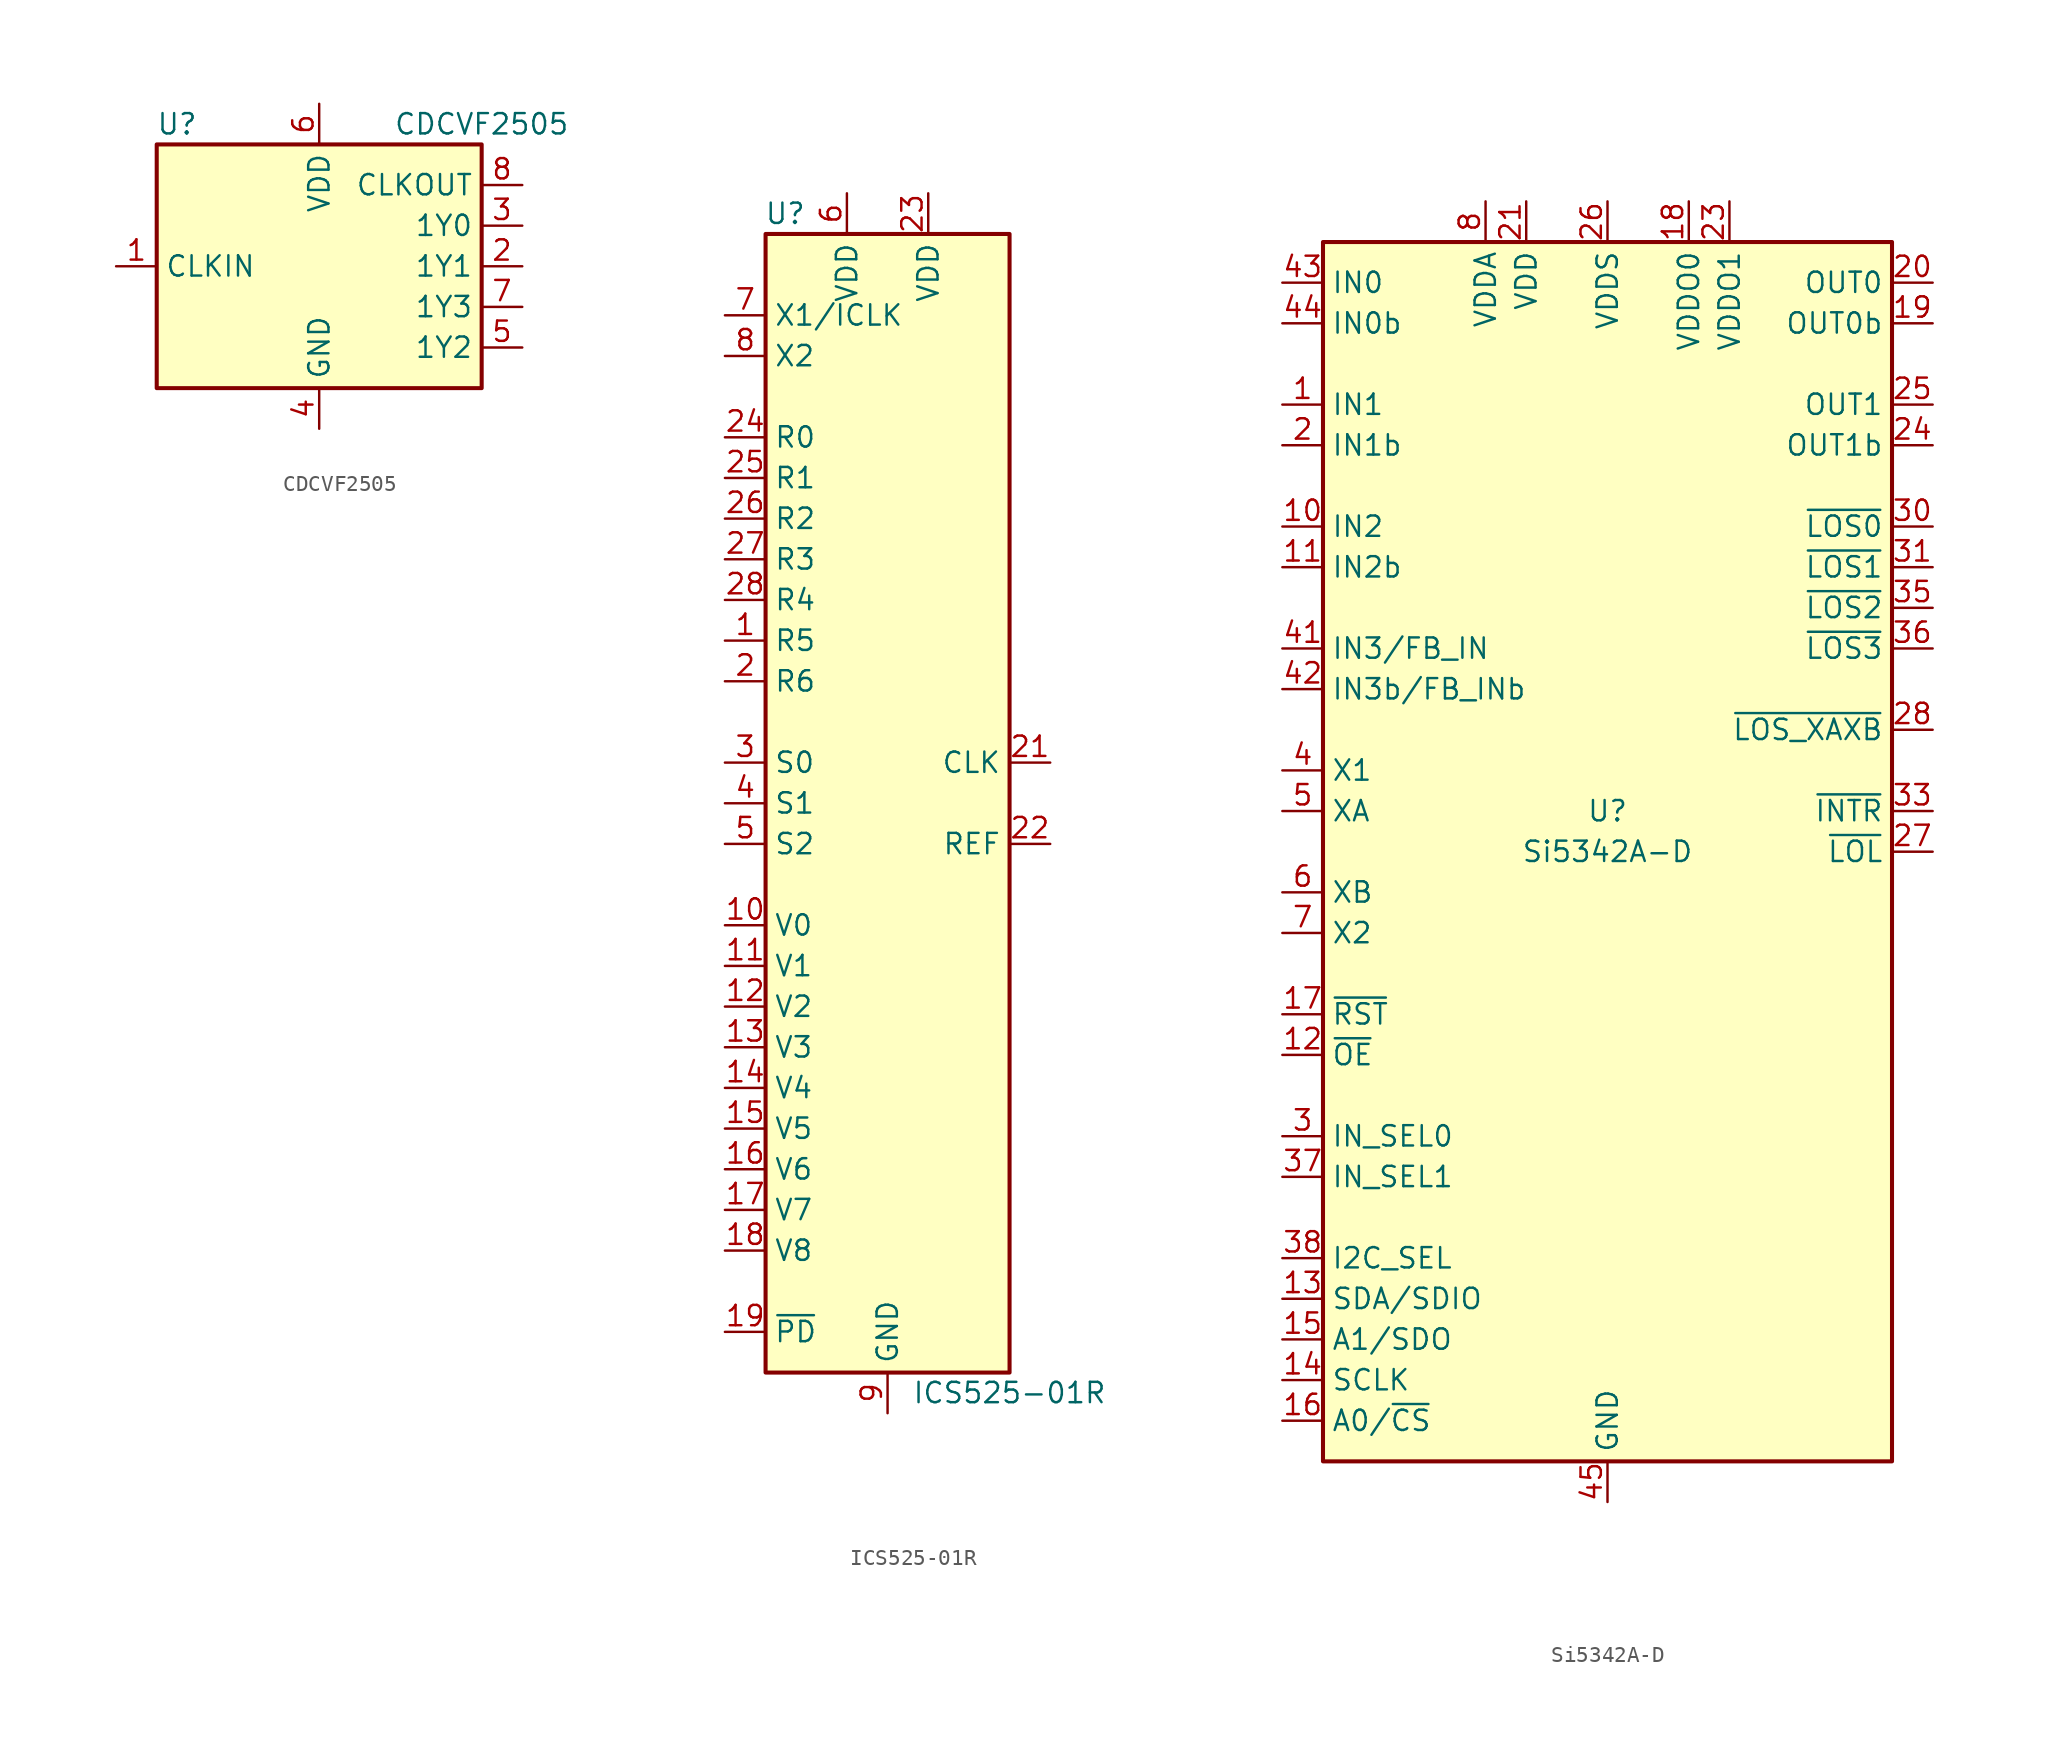
<source format=kicad_sym>
(kicad_symbol_lib
  (version 20241209)
  (generator "kicad_symbol_editor")
  (generator_version "9.0")
  (symbol "CDCVF2505"
    (property "Reference" "U"
      (at -8.89 8.89 0)
      (effects (font (size 1.27 1.27))))
    (property "Value" "CDCVF2505"
      (at 10.16 8.89 0)
      (effects (font (size 1.27 1.27))))
    (symbol "CDCVF2505_0_1"
      (rectangle (start -10.16 7.62) (end 10.16 -7.62) (stroke (width 0.254) (type default)) (fill (type background))))
    (symbol "CDCVF2505_1_1"
      (pin input line (at -12.7 0 0) (length 2.54) (name "CLKIN" (effects (font (size 1.27 1.27)))) (number "1" (effects (font (size 1.27 1.27)))))
      (pin power_in line (at 0 10.16 270) (length 2.54) (name "VDD" (effects (font (size 1.27 1.27)))) (number "6" (effects (font (size 1.27 1.27)))))
      (pin power_in line (at 0 -10.16 90) (length 2.54) (name "GND" (effects (font (size 1.27 1.27)))) (number "4" (effects (font (size 1.27 1.27)))))
      (pin tri_state line (at 12.7 5.08 180) (length 2.54) (name "CLKOUT" (effects (font (size 1.27 1.27)))) (number "8" (effects (font (size 1.27 1.27)))))
      (pin tri_state line (at 12.7 2.54 180) (length 2.54) (name "1Y0" (effects (font (size 1.27 1.27)))) (number "3" (effects (font (size 1.27 1.27)))))
      (pin tri_state line (at 12.7 0 180) (length 2.54) (name "1Y1" (effects (font (size 1.27 1.27)))) (number "2" (effects (font (size 1.27 1.27)))))
      (pin tri_state line (at 12.7 -2.54 180) (length 2.54) (name "1Y3" (effects (font (size 1.27 1.27)))) (number "7" (effects (font (size 1.27 1.27)))))
      (pin tri_state line (at 12.7 -5.08 180) (length 2.54) (name "1Y2" (effects (font (size 1.27 1.27)))) (number "5" (effects (font (size 1.27 1.27)))))))
  (symbol "ICS525-01R"
    (property "Reference" "U"
      (at -5.08 36.83 0)
      (effects (font (size 1.27 1.27)) (justify right)))
    (property "Value" "ICS525-01R"
      (at 7.62 -36.83 0)
      (effects (font (size 1.27 1.27))))
    (symbol "ICS525-01R_0_1"
      (rectangle (start -7.62 35.56) (end 7.62 -35.56) (stroke (width 0.254) (type default)) (fill (type background))))
    (symbol "ICS525-01R_1_1"
      (pin input line (at -10.16 30.48 0) (length 2.54) (name "X1/ICLK" (effects (font (size 1.27 1.27)))) (number "7" (effects (font (size 1.27 1.27)))))
      (pin output line (at -10.16 27.94 0) (length 2.54) (name "X2" (effects (font (size 1.27 1.27)))) (number "8" (effects (font (size 1.27 1.27)))))
      (pin input line (at -10.16 22.86 0) (length 2.54) (name "R0" (effects (font (size 1.27 1.27)))) (number "24" (effects (font (size 1.27 1.27)))))
      (pin input line (at -10.16 20.32 0) (length 2.54) (name "R1" (effects (font (size 1.27 1.27)))) (number "25" (effects (font (size 1.27 1.27)))))
      (pin input line (at -10.16 17.78 0) (length 2.54) (name "R2" (effects (font (size 1.27 1.27)))) (number "26" (effects (font (size 1.27 1.27)))))
      (pin input line (at -10.16 15.24 0) (length 2.54) (name "R3" (effects (font (size 1.27 1.27)))) (number "27" (effects (font (size 1.27 1.27)))))
      (pin input line (at -10.16 12.7 0) (length 2.54) (name "R4" (effects (font (size 1.27 1.27)))) (number "28" (effects (font (size 1.27 1.27)))))
      (pin input line (at -10.16 10.16 0) (length 2.54) (name "R5" (effects (font (size 1.27 1.27)))) (number "1" (effects (font (size 1.27 1.27)))))
      (pin input line (at -10.16 7.62 0) (length 2.54) (name "R6" (effects (font (size 1.27 1.27)))) (number "2" (effects (font (size 1.27 1.27)))))
      (pin input line (at -10.16 2.54 0) (length 2.54) (name "S0" (effects (font (size 1.27 1.27)))) (number "3" (effects (font (size 1.27 1.27)))))
      (pin input line (at -10.16 0 0) (length 2.54) (name "S1" (effects (font (size 1.27 1.27)))) (number "4" (effects (font (size 1.27 1.27)))))
      (pin input line (at -10.16 -2.54 0) (length 2.54) (name "S2" (effects (font (size 1.27 1.27)))) (number "5" (effects (font (size 1.27 1.27)))))
      (pin input line (at -10.16 -7.62 0) (length 2.54) (name "V0" (effects (font (size 1.27 1.27)))) (number "10" (effects (font (size 1.27 1.27)))))
      (pin input line (at -10.16 -10.16 0) (length 2.54) (name "V1" (effects (font (size 1.27 1.27)))) (number "11" (effects (font (size 1.27 1.27)))))
      (pin input line (at -10.16 -12.7 0) (length 2.54) (name "V2" (effects (font (size 1.27 1.27)))) (number "12" (effects (font (size 1.27 1.27)))))
      (pin input line (at -10.16 -15.24 0) (length 2.54) (name "V3" (effects (font (size 1.27 1.27)))) (number "13" (effects (font (size 1.27 1.27)))))
      (pin input line (at -10.16 -17.78 0) (length 2.54) (name "V4" (effects (font (size 1.27 1.27)))) (number "14" (effects (font (size 1.27 1.27)))))
      (pin input line (at -10.16 -20.32 0) (length 2.54) (name "V5" (effects (font (size 1.27 1.27)))) (number "15" (effects (font (size 1.27 1.27)))))
      (pin input line (at -10.16 -22.86 0) (length 2.54) (name "V6" (effects (font (size 1.27 1.27)))) (number "16" (effects (font (size 1.27 1.27)))))
      (pin input line (at -10.16 -25.4 0) (length 2.54) (name "V7" (effects (font (size 1.27 1.27)))) (number "17" (effects (font (size 1.27 1.27)))))
      (pin input line (at -10.16 -27.94 0) (length 2.54) (name "V8" (effects (font (size 1.27 1.27)))) (number "18" (effects (font (size 1.27 1.27)))))
      (pin input line (at -10.16 -33.02 0) (length 2.54) (name "~{PD}" (effects (font (size 1.27 1.27)))) (number "19" (effects (font (size 1.27 1.27)))))
      (pin power_in line (at -2.54 38.1 270) (length 2.54) (name "VDD" (effects (font (size 1.27 1.27)))) (number "6" (effects (font (size 1.27 1.27)))))
      (pin passive line (at 0 -38.1 90) (length 2.54) (hide yes) (name "GND" (effects (font (size 1.27 1.27)))) (number "20" (effects (font (size 1.27 1.27)))))
      (pin power_in line (at 0 -38.1 90) (length 2.54) (name "GND" (effects (font (size 1.27 1.27)))) (number "9" (effects (font (size 1.27 1.27)))))
      (pin power_in line (at 2.54 38.1 270) (length 2.54) (name "VDD" (effects (font (size 1.27 1.27)))) (number "23" (effects (font (size 1.27 1.27)))))
      (pin tri_state line (at 10.16 2.54 180) (length 2.54) (name "CLK" (effects (font (size 1.27 1.27)))) (number "21" (effects (font (size 1.27 1.27)))))
      (pin tri_state line (at 10.16 -2.54 180) (length 2.54) (name "REF" (effects (font (size 1.27 1.27)))) (number "22" (effects (font (size 1.27 1.27)))))))
  (symbol "Si5342A-D"
    (property "Reference" "U"
      (at 0 2.54 0)
      (effects (font (size 1.27 1.27))))
    (property "Value" "Si5342A-D"
      (at 0 0 0)
      (effects (font (size 1.27 1.27))))
    (symbol "Si5342A-D_0_1"
      (rectangle (start -17.78 38.1) (end 17.78 -38.1) (stroke (width 0.254) (type default)) (fill (type background))))
    (symbol "Si5342A-D_1_1"
      (pin input line (at -20.32 35.56 0) (length 2.54) (name "IN0" (effects (font (size 1.27 1.27)))) (number "43" (effects (font (size 1.27 1.27)))))
      (pin input line (at -20.32 33.02 0) (length 2.54) (name "IN0b" (effects (font (size 1.27 1.27)))) (number "44" (effects (font (size 1.27 1.27)))))
      (pin input line (at -20.32 27.94 0) (length 2.54) (name "IN1" (effects (font (size 1.27 1.27)))) (number "1" (effects (font (size 1.27 1.27)))))
      (pin input line (at -20.32 25.4 0) (length 2.54) (name "IN1b" (effects (font (size 1.27 1.27)))) (number "2" (effects (font (size 1.27 1.27)))))
      (pin input line (at -20.32 20.32 0) (length 2.54) (name "IN2" (effects (font (size 1.27 1.27)))) (number "10" (effects (font (size 1.27 1.27)))))
      (pin input line (at -20.32 17.78 0) (length 2.54) (name "IN2b" (effects (font (size 1.27 1.27)))) (number "11" (effects (font (size 1.27 1.27)))))
      (pin input line (at -20.32 12.7 0) (length 2.54) (name "IN3/FB_IN" (effects (font (size 1.27 1.27)))) (number "41" (effects (font (size 1.27 1.27)))))
      (pin input line (at -20.32 10.16 0) (length 2.54) (name "IN3b/FB_INb" (effects (font (size 1.27 1.27)))) (number "42" (effects (font (size 1.27 1.27)))))
      (pin input line (at -20.32 5.08 0) (length 2.54) (name "X1" (effects (font (size 1.27 1.27)))) (number "4" (effects (font (size 1.27 1.27)))))
      (pin input line (at -20.32 2.54 0) (length 2.54) (name "XA" (effects (font (size 1.27 1.27)))) (number "5" (effects (font (size 1.27 1.27)))))
      (pin input line (at -20.32 -2.54 0) (length 2.54) (name "XB" (effects (font (size 1.27 1.27)))) (number "6" (effects (font (size 1.27 1.27)))))
      (pin input line (at -20.32 -5.08 0) (length 2.54) (name "X2" (effects (font (size 1.27 1.27)))) (number "7" (effects (font (size 1.27 1.27)))))
      (pin input line (at -20.32 -10.16 0) (length 2.54) (name "~{RST}" (effects (font (size 1.27 1.27)))) (number "17" (effects (font (size 1.27 1.27)))))
      (pin input line (at -20.32 -12.7 0) (length 2.54) (name "~{OE}" (effects (font (size 1.27 1.27)))) (number "12" (effects (font (size 1.27 1.27)))))
      (pin input line (at -20.32 -17.78 0) (length 2.54) (name "IN_SEL0" (effects (font (size 1.27 1.27)))) (number "3" (effects (font (size 1.27 1.27)))))
      (pin input line (at -20.32 -20.32 0) (length 2.54) (name "IN_SEL1" (effects (font (size 1.27 1.27)))) (number "37" (effects (font (size 1.27 1.27)))))
      (pin input line (at -20.32 -25.4 0) (length 2.54) (name "I2C_SEL" (effects (font (size 1.27 1.27)))) (number "38" (effects (font (size 1.27 1.27)))))
      (pin bidirectional line (at -20.32 -27.94 0) (length 2.54) (name "SDA/SDIO" (effects (font (size 1.27 1.27)))) (number "13" (effects (font (size 1.27 1.27)))))
      (pin bidirectional line (at -20.32 -30.48 0) (length 2.54) (name "A1/SDO" (effects (font (size 1.27 1.27)))) (number "15" (effects (font (size 1.27 1.27)))))
      (pin input line (at -20.32 -33.02 0) (length 2.54) (name "SCLK" (effects (font (size 1.27 1.27)))) (number "14" (effects (font (size 1.27 1.27)))))
      (pin input line (at -20.32 -35.56 0) (length 2.54) (name "A0/~{CS}" (effects (font (size 1.27 1.27)))) (number "16" (effects (font (size 1.27 1.27)))))
      (pin power_in line (at -7.62 40.64 270) (length 2.54) (name "VDDA" (effects (font (size 1.27 1.27)))) (number "8" (effects (font (size 1.27 1.27)))))
      (pin passive line (at -7.62 40.64 270) (length 2.54) (hide yes) (name "VDDA" (effects (font (size 1.27 1.27)))) (number "9" (effects (font (size 1.27 1.27)))))
      (pin power_in line (at -5.08 40.64 270) (length 2.54) (name "VDD" (effects (font (size 1.27 1.27)))) (number "21" (effects (font (size 1.27 1.27)))))
      (pin passive line (at -5.08 40.64 270) (length 2.54) (hide yes) (name "VDD" (effects (font (size 1.27 1.27)))) (number "32" (effects (font (size 1.27 1.27)))))
      (pin passive line (at -5.08 40.64 270) (length 2.54) (hide yes) (name "VDD" (effects (font (size 1.27 1.27)))) (number "39" (effects (font (size 1.27 1.27)))))
      (pin passive line (at -5.08 40.64 270) (length 2.54) (hide yes) (name "VDD" (effects (font (size 1.27 1.27)))) (number "40" (effects (font (size 1.27 1.27)))))
      (pin power_in line (at 0 40.64 270) (length 2.54) (name "VDDS" (effects (font (size 1.27 1.27)))) (number "26" (effects (font (size 1.27 1.27)))))
      (pin passive line (at 0 40.64 270) (length 2.54) (hide yes) (name "VDDS" (effects (font (size 1.27 1.27)))) (number "29" (effects (font (size 1.27 1.27)))))
      (pin passive line (at 0 40.64 270) (length 2.54) (hide yes) (name "VDDS" (effects (font (size 1.27 1.27)))) (number "34" (effects (font (size 1.27 1.27)))))
      (pin power_in line (at 0 -40.64 90) (length 2.54) (name "GND" (effects (font (size 1.27 1.27)))) (number "45" (effects (font (size 1.27 1.27)))))
      (pin power_in line (at 5.08 40.64 270) (length 2.54) (name "VDDO0" (effects (font (size 1.27 1.27)))) (number "18" (effects (font (size 1.27 1.27)))))
      (pin power_in line (at 7.62 40.64 270) (length 2.54) (name "VDDO1" (effects (font (size 1.27 1.27)))) (number "23" (effects (font (size 1.27 1.27)))))
      (pin no_connect line (at 17.78 -35.56 180) (length 2.54) (hide yes) (name "NC" (effects (font (size 1.27 1.27)))) (number "22" (effects (font (size 1.27 1.27)))))
      (pin output line (at 20.32 35.56 180) (length 2.54) (name "OUT0" (effects (font (size 1.27 1.27)))) (number "20" (effects (font (size 1.27 1.27)))))
      (pin output line (at 20.32 33.02 180) (length 2.54) (name "OUT0b" (effects (font (size 1.27 1.27)))) (number "19" (effects (font (size 1.27 1.27)))))
      (pin output line (at 20.32 27.94 180) (length 2.54) (name "OUT1" (effects (font (size 1.27 1.27)))) (number "25" (effects (font (size 1.27 1.27)))))
      (pin output line (at 20.32 25.4 180) (length 2.54) (name "OUT1b" (effects (font (size 1.27 1.27)))) (number "24" (effects (font (size 1.27 1.27)))))
      (pin output line (at 20.32 20.32 180) (length 2.54) (name "~{LOS0}" (effects (font (size 1.27 1.27)))) (number "30" (effects (font (size 1.27 1.27)))))
      (pin output line (at 20.32 17.78 180) (length 2.54) (name "~{LOS1}" (effects (font (size 1.27 1.27)))) (number "31" (effects (font (size 1.27 1.27)))))
      (pin output line (at 20.32 15.24 180) (length 2.54) (name "~{LOS2}" (effects (font (size 1.27 1.27)))) (number "35" (effects (font (size 1.27 1.27)))))
      (pin output line (at 20.32 12.7 180) (length 2.54) (name "~{LOS3}" (effects (font (size 1.27 1.27)))) (number "36" (effects (font (size 1.27 1.27)))))
      (pin output line (at 20.32 7.62 180) (length 2.54) (name "~{LOS_XAXB}" (effects (font (size 1.27 1.27)))) (number "28" (effects (font (size 1.27 1.27)))))
      (pin output line (at 20.32 2.54 180) (length 2.54) (name "~{INTR}" (effects (font (size 1.27 1.27)))) (number "33" (effects (font (size 1.27 1.27)))))
      (pin output line (at 20.32 0 180) (length 2.54) (name "~{LOL}" (effects (font (size 1.27 1.27)))) (number "27" (effects (font (size 1.27 1.27))))))))
</source>
